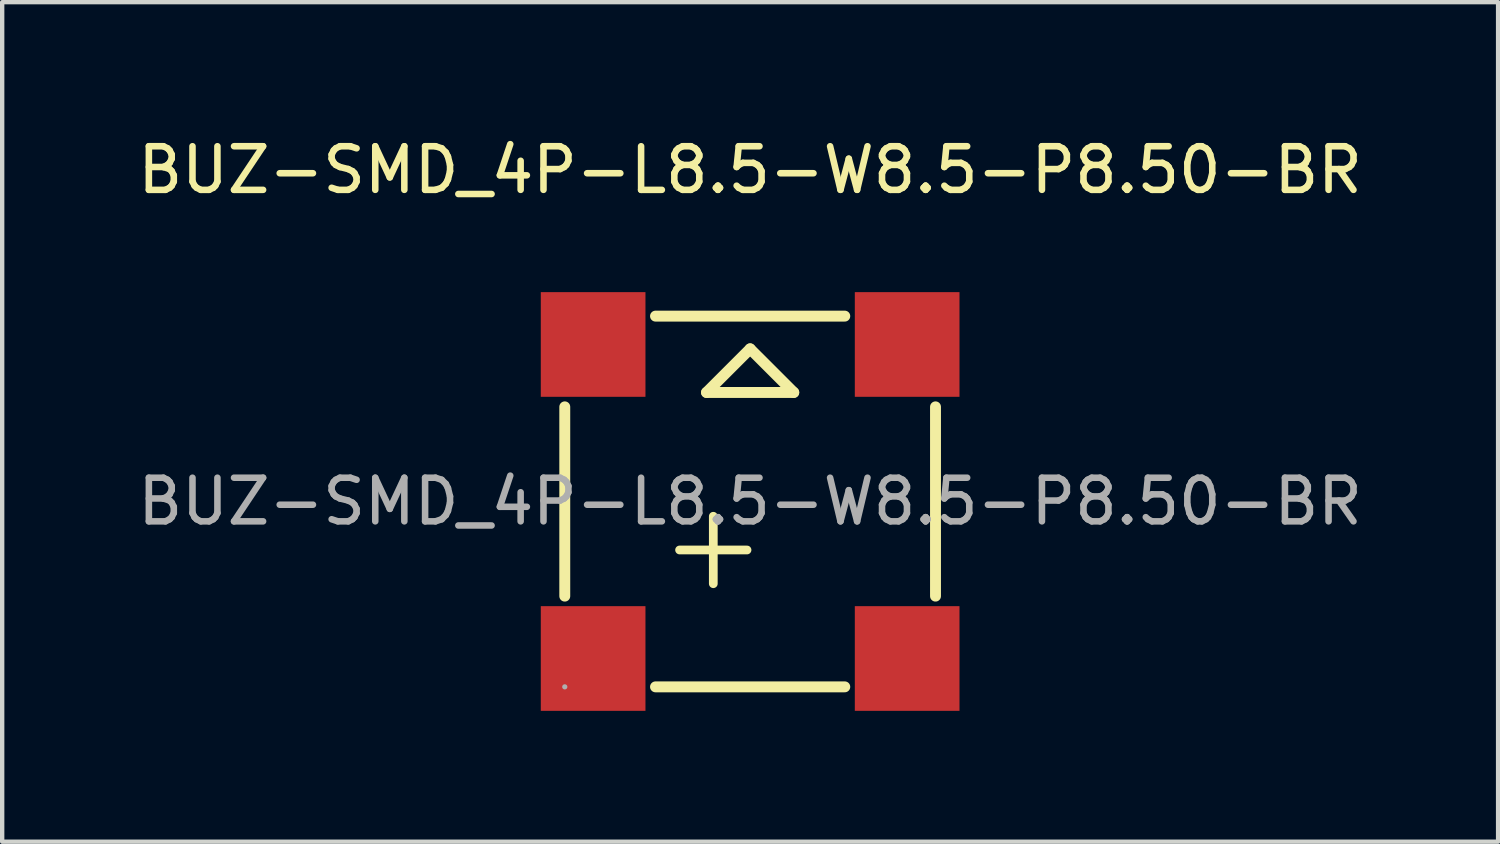
<source format=kicad_pcb>
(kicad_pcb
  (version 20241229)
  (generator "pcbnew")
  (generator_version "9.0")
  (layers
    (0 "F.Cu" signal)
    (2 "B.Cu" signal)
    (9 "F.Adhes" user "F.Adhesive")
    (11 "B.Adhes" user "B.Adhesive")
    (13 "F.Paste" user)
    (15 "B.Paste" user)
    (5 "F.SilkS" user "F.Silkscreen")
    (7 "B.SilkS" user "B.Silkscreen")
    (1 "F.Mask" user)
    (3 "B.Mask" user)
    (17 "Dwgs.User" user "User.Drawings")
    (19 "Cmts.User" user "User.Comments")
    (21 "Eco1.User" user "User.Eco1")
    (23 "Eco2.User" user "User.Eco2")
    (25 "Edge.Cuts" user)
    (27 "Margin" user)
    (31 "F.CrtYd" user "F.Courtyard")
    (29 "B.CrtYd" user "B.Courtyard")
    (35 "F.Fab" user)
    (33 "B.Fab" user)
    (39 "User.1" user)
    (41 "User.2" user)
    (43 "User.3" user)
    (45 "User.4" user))
  (footprint "BUZ-SMD_4P-L8.5-W8.5-P8.50-BR"
    (layer "F.Cu")
    (at 14.149 8.448)
    (property "Reference" "BUZ-SMD_4P-L8.5-W8.5-P8.50-BR" (at 0 -7.6 0) (layer "F.SilkS") (effects (font (size 1 1) (thickness 0.15))))
    (attr smd)
    (fp_line (start -4.25 2.17) (end -4.25 -2.17) (stroke (width 0.25) (type solid)) (layer "F.SilkS"))
    (fp_line (start -2.17 -4.25) (end 2.17 -4.25) (stroke (width 0.25) (type solid)) (layer "F.SilkS"))
    (fp_line (start -1 -2.5) (end 1 -2.5) (stroke (width 0.25) (type solid)) (layer "F.SilkS"))
    (fp_line (start 0 -3.5) (end -1 -2.5) (stroke (width 0.25) (type solid)) (layer "F.SilkS"))
    (fp_line (start 1 -2.5) (end 0 -3.5) (stroke (width 0.25) (type solid)) (layer "F.SilkS"))
    (fp_line (start 2.17 4.25) (end -2.17 4.25) (stroke (width 0.25) (type solid)) (layer "F.SilkS"))
    (fp_line (start 4.25 -2.17) (end 4.25 2.17) (stroke (width 0.25) (type solid)) (layer "F.SilkS"))
    (fp_circle (center -4.25 4.25) (end -4.22 4.25) (stroke (width 0.06) (type solid)) (fill no) (layer "F.Fab"))
    (fp_text user "+" (at -1 2.5 90) (layer "F.SilkS") (effects (font (size 2.03 2.03) (thickness 0.2)) (justify left)))
    (fp_text user "${REFERENCE}" (at 0 0 0) (layer "F.Fab") (effects (font (size 1 1) (thickness 0.15))))
    (pad "1" smd rect (at -3.6 3.6) (size 2.4 2.4) (layers "F.Cu" "F.Mask" "F.Paste"))
    (pad "2" smd rect (at 3.6 3.6) (size 2.4 2.4) (layers "F.Cu" "F.Mask" "F.Paste"))
    (pad "3" smd rect (at 3.6 -3.6) (size 2.4 2.4) (layers "F.Cu" "F.Mask" "F.Paste"))
    (pad "4" smd rect (at -3.6 -3.6) (size 2.4 2.4) (layers "F.Cu" "F.Mask" "F.Paste")))
  (gr_rect
    (start -3 -3)
    (end 31.298 16.248)
    (stroke (width 0.1) (type default))
    (fill no)
    (layer "Edge.Cuts")))
</source>
